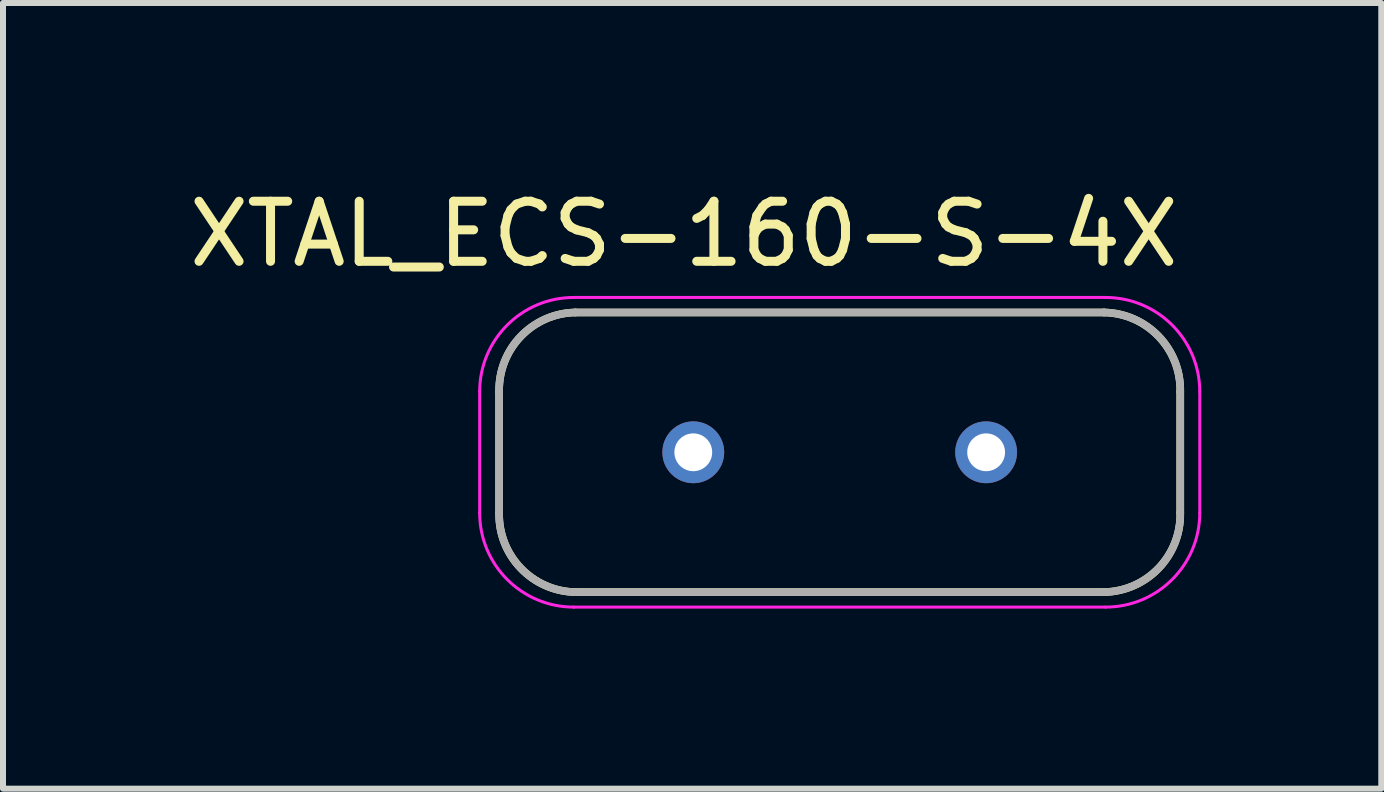
<source format=kicad_pcb>
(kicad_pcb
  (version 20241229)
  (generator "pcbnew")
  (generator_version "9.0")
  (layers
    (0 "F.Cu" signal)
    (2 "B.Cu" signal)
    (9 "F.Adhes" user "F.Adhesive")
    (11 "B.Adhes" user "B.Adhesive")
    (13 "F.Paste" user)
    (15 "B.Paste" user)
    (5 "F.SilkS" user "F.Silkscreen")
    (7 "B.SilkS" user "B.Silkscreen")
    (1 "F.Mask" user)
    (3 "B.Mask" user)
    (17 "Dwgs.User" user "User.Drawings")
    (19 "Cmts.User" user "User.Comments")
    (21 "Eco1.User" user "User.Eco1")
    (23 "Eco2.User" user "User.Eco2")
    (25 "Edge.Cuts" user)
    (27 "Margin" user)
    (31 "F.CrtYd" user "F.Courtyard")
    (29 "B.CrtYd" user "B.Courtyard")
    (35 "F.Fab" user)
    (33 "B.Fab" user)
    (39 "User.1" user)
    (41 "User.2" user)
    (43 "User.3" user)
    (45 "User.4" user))
  (footprint "XTAL_ECS-160-S-4X"
    (layer "F.Cu")
    (at 10.943 4.487)
    (property "Reference" "XTAL_ECS-160-S-4X" (at -2.597 -3.638 0) (layer "F.SilkS") (effects (font (size 1.001 1.001) (thickness 0.15))))
    (attr through_hole)
    (fp_line (start -5.675 1.01) (end -5.675 -1.01) (stroke (width 0.127) (type solid)) (layer "F.SilkS"))
    (fp_line (start -4.405 -2.33) (end 4.405 -2.33) (stroke (width 0.127) (type solid)) (layer "F.SilkS"))
    (fp_line (start 4.405 2.33) (end -4.405 2.33) (stroke (width 0.127) (type solid)) (layer "F.SilkS"))
    (fp_line (start 5.675 -1.01) (end 5.675 1.01) (stroke (width 0.127) (type solid)) (layer "F.SilkS"))
    (fp_arc (start -5.675 -1.01) (mid -5.313381 -1.933026) (end -4.405 -2.33) (stroke (width 0.127) (type solid)) (layer "F.SilkS"))
    (fp_arc (start -4.405 2.33) (mid -5.313381 1.933026) (end -5.675 1.01) (stroke (width 0.127) (type solid)) (layer "F.SilkS"))
    (fp_arc (start 4.405 -2.33) (mid 5.313381 -1.933026) (end 5.675 -1.01) (stroke (width 0.127) (type solid)) (layer "F.SilkS"))
    (fp_arc (start 5.675 1.01) (mid 5.313381 1.933026) (end 4.405 2.33) (stroke (width 0.127) (type solid)) (layer "F.SilkS"))
    (fp_line (start -6 1.01) (end -6 -1.01) (stroke (width 0.05) (type solid)) (layer "F.CrtYd"))
    (fp_line (start -4.43 -2.58) (end 4.43 -2.58) (stroke (width 0.05) (type solid)) (layer "F.CrtYd"))
    (fp_line (start 4.43 2.58) (end -4.43 2.58) (stroke (width 0.05) (type solid)) (layer "F.CrtYd"))
    (fp_line (start 6 -1.01) (end 6 1.01) (stroke (width 0.05) (type solid)) (layer "F.CrtYd"))
    (fp_arc (start -6 -1.01) (mid -5.540158 -2.120158) (end -4.43 -2.58) (stroke (width 0.05) (type solid)) (layer "F.CrtYd"))
    (fp_arc (start -4.43 2.58) (mid -5.540158 2.120158) (end -6 1.01) (stroke (width 0.05) (type solid)) (layer "F.CrtYd"))
    (fp_arc (start 4.43 -2.58) (mid 5.540158 -2.120158) (end 6 -1.01) (stroke (width 0.05) (type solid)) (layer "F.CrtYd"))
    (fp_arc (start 6 1.01) (mid 5.540158 2.120158) (end 4.43 2.58) (stroke (width 0.05) (type solid)) (layer "F.CrtYd"))
    (fp_line (start -5.675 1.01) (end -5.675 -1.01) (stroke (width 0.127) (type solid)) (layer "F.Fab"))
    (fp_line (start -4.405 -2.33) (end 4.405 -2.33) (stroke (width 0.127) (type solid)) (layer "F.Fab"))
    (fp_line (start 4.405 2.33) (end -4.405 2.33) (stroke (width 0.127) (type solid)) (layer "F.Fab"))
    (fp_line (start 5.675 -1.01) (end 5.675 1.01) (stroke (width 0.127) (type solid)) (layer "F.Fab"))
    (fp_arc (start -5.675 -1.01) (mid -5.313381 -1.933026) (end -4.405 -2.33) (stroke (width 0.127) (type solid)) (layer "F.Fab"))
    (fp_arc (start -4.405 2.33) (mid -5.313381 1.933026) (end -5.675 1.01) (stroke (width 0.127) (type solid)) (layer "F.Fab"))
    (fp_arc (start 4.405 -2.33) (mid 5.313381 -1.933026) (end 5.675 -1.01) (stroke (width 0.127) (type solid)) (layer "F.Fab"))
    (fp_arc (start 5.675 1.01) (mid 5.313381 1.933026) (end 4.405 2.33) (stroke (width 0.127) (type solid)) (layer "F.Fab"))
    (pad "1" thru_hole circle (at -2.44 0) (size 1.03 1.03) (drill 0.63) (layers "*.Cu" "*.Mask"))
    (pad "2" thru_hole circle (at 2.44 0) (size 1.03 1.03) (drill 0.63) (layers "*.Cu" "*.Mask")))
  (gr_rect
    (start -3 -3)
    (end 19.968 10.092)
    (stroke (width 0.1) (type default))
    (fill no)
    (layer "Edge.Cuts")))
</source>
